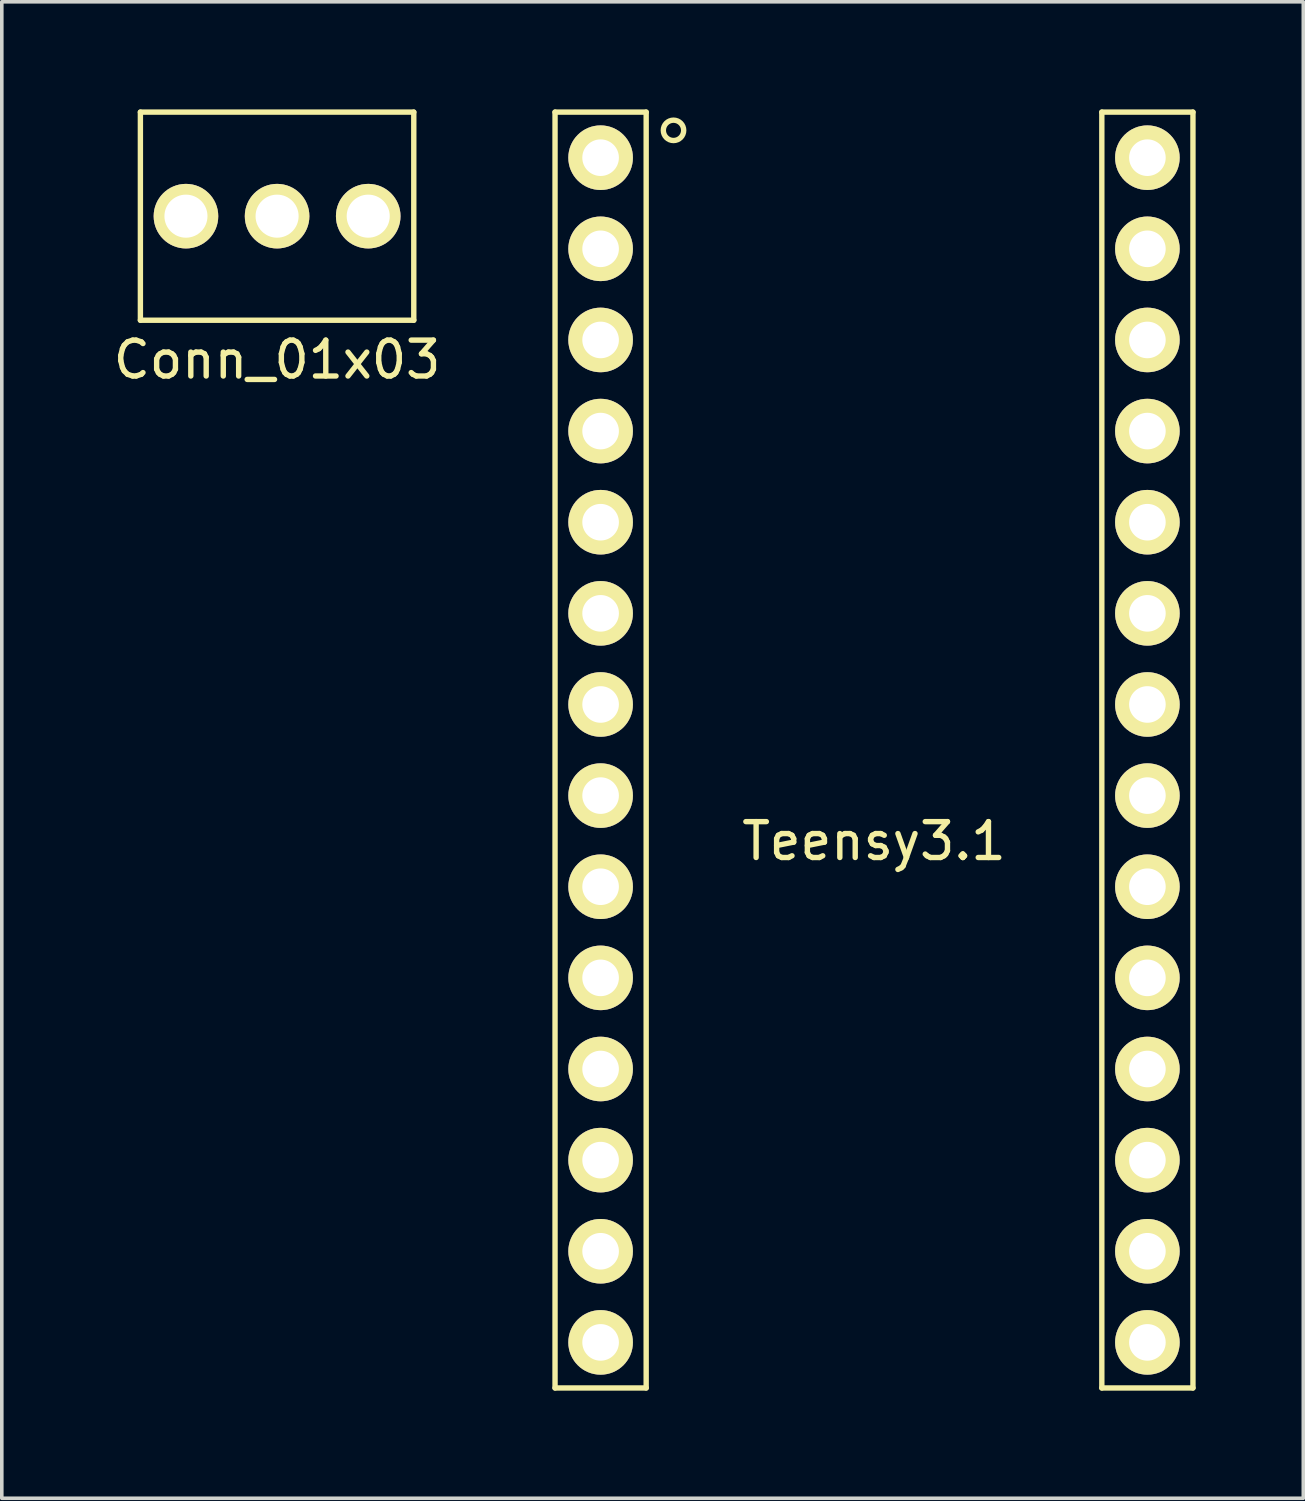
<source format=kicad_pcb>
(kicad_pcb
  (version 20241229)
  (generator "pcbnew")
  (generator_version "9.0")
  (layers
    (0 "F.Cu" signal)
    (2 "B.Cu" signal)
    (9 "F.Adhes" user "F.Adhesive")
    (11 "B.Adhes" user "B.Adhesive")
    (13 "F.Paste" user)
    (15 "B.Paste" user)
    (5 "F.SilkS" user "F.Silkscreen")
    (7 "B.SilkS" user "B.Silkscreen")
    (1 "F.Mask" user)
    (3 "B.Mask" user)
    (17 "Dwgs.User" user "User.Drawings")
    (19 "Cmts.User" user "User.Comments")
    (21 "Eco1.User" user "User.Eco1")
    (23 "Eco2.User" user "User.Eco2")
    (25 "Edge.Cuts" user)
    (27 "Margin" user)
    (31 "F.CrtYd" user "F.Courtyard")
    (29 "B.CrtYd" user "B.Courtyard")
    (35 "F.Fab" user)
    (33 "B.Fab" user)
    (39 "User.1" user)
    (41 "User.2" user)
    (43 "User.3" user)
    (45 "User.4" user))
  (footprint "Teensy3.1"
    (layer "F.Cu")
    (at 21.31 19.125)
    (property "Reference" "Teensy3.1" (at 0 1.27 0) (layer "F.SilkS") (effects (font (size 1 1) (thickness 0.15))))
    (attr through_hole)
    (fp_line (start -8.89 -19.05) (end -6.35 -19.05) (stroke (width 0.15) (type solid)) (layer "F.SilkS"))
    (fp_line (start -8.89 16.51) (end -8.89 -19.05) (stroke (width 0.15) (type solid)) (layer "F.SilkS"))
    (fp_line (start -6.35 -19.05) (end -6.35 16.51) (stroke (width 0.15) (type solid)) (layer "F.SilkS"))
    (fp_line (start -6.35 16.51) (end -8.89 16.51) (stroke (width 0.15) (type solid)) (layer "F.SilkS"))
    (fp_line (start 6.35 -19.05) (end 8.89 -19.05) (stroke (width 0.15) (type solid)) (layer "F.SilkS"))
    (fp_line (start 6.35 16.51) (end 6.35 -19.05) (stroke (width 0.15) (type solid)) (layer "F.SilkS"))
    (fp_line (start 8.89 -19.05) (end 8.89 16.51) (stroke (width 0.15) (type solid)) (layer "F.SilkS"))
    (fp_line (start 8.89 16.51) (end 6.35 16.51) (stroke (width 0.15) (type solid)) (layer "F.SilkS"))
    (fp_circle (center -5.588 -18.542) (end -5.842 -18.669) (stroke (width 0.15) (type solid)) (fill no) (layer "F.SilkS"))
    (pad "0" thru_hole circle (at -7.62 -15.24) (size 1.8 1.8) (drill 1.02) (layers "*.Cu" "*.Mask" "F.SilkS"))
    (pad "1" thru_hole circle (at -7.62 -12.7) (size 1.8 1.8) (drill 1.02) (layers "*.Cu" "*.Mask" "F.SilkS"))
    (pad "2" thru_hole circle (at -7.62 -10.16) (size 1.8 1.8) (drill 1.02) (layers "*.Cu" "*.Mask" "F.SilkS"))
    (pad "3" thru_hole circle (at -7.62 -7.62) (size 1.8 1.8) (drill 1.02) (layers "*.Cu" "*.Mask" "F.SilkS"))
    (pad "4" thru_hole circle (at -7.62 -5.08) (size 1.8 1.8) (drill 1.02) (layers "*.Cu" "*.Mask" "F.SilkS"))
    (pad "5" thru_hole circle (at -7.62 -2.54) (size 1.8 1.8) (drill 1.02) (layers "*.Cu" "*.Mask" "F.SilkS"))
    (pad "6" thru_hole circle (at -7.62 0) (size 1.8 1.8) (drill 1.02) (layers "*.Cu" "*.Mask" "F.SilkS"))
    (pad "7" thru_hole circle (at -7.62 2.54) (size 1.8 1.8) (drill 1.02) (layers "*.Cu" "*.Mask" "F.SilkS"))
    (pad "8" thru_hole circle (at -7.62 5.08) (size 1.8 1.8) (drill 1.02) (layers "*.Cu" "*.Mask" "F.SilkS"))
    (pad "9" thru_hole circle (at -7.62 7.62) (size 1.8 1.8) (drill 1.02) (layers "*.Cu" "*.Mask" "F.SilkS"))
    (pad "10" thru_hole circle (at -7.62 10.16) (size 1.8 1.8) (drill 1.02) (layers "*.Cu" "*.Mask" "F.SilkS"))
    (pad "11" thru_hole circle (at -7.62 12.7) (size 1.8 1.8) (drill 1.02) (layers "*.Cu" "*.Mask" "F.SilkS"))
    (pad "12" thru_hole circle (at -7.62 15.24) (size 1.8 1.8) (drill 1.02) (layers "*.Cu" "*.Mask" "F.SilkS"))
    (pad "13" thru_hole circle (at 7.62 15.24) (size 1.8 1.8) (drill 1.02) (layers "*.Cu" "*.Mask" "F.SilkS"))
    (pad "14" thru_hole circle (at 7.62 12.7) (size 1.8 1.8) (drill 1.02) (layers "*.Cu" "*.Mask" "F.SilkS"))
    (pad "15" thru_hole circle (at 7.62 10.16) (size 1.8 1.8) (drill 1.02) (layers "*.Cu" "*.Mask" "F.SilkS"))
    (pad "16" thru_hole circle (at 7.62 7.62) (size 1.8 1.8) (drill 1.02) (layers "*.Cu" "*.Mask" "F.SilkS"))
    (pad "17" thru_hole circle (at 7.62 5.08) (size 1.8 1.8) (drill 1.02) (layers "*.Cu" "*.Mask" "F.SilkS"))
    (pad "18" thru_hole circle (at 7.62 2.54) (size 1.8 1.8) (drill 1.02) (layers "*.Cu" "*.Mask" "F.SilkS"))
    (pad "19" thru_hole circle (at 7.62 0) (size 1.8 1.8) (drill 1.02) (layers "*.Cu" "*.Mask" "F.SilkS"))
    (pad "20" thru_hole circle (at 7.62 -2.54) (size 1.8 1.8) (drill 1.02) (layers "*.Cu" "*.Mask" "F.SilkS"))
    (pad "21" thru_hole circle (at 7.62 -5.08) (size 1.8 1.8) (drill 1.02) (layers "*.Cu" "*.Mask" "F.SilkS"))
    (pad "22" thru_hole circle (at 7.62 -7.62) (size 1.8 1.8) (drill 1.02) (layers "*.Cu" "*.Mask" "F.SilkS"))
    (pad "23" thru_hole circle (at 7.62 -10.16) (size 1.8 1.8) (drill 1.02) (layers "*.Cu" "*.Mask" "F.SilkS"))
    (pad "90" thru_hole circle (at 7.62 -17.78) (size 1.8 1.8) (drill 1.02) (layers "*.Cu" "*.Mask" "F.SilkS"))
    (pad "91" thru_hole circle (at -7.62 -17.78) (size 1.8 1.8) (drill 1.02) (layers "*.Cu" "*.Mask" "F.SilkS"))
    (pad "92" thru_hole circle (at 7.62 -15.24) (size 1.8 1.8) (drill 1.02) (layers "*.Cu" "*.Mask" "F.SilkS"))
    (pad "93" thru_hole circle (at 7.62 -12.7) (size 1.8 1.8) (drill 1.02) (layers "*.Cu" "*.Mask" "F.SilkS")))
  (footprint "Conn_01x03"
    (layer "F.Cu")
    (at 4.673 2.975)
    (property "Reference" "Conn_01x03" (at 0 4 0) (layer "F.SilkS") (effects (font (size 1 1) (thickness 0.15))))
    (attr through_hole)
    (fp_line (start -3.81 -2.9) (end -3.81 2.9) (stroke (width 0.15) (type solid)) (layer "F.SilkS"))
    (fp_line (start -3.81 -2.9) (end 3.81 -2.9) (stroke (width 0.15) (type solid)) (layer "F.SilkS"))
    (fp_line (start -3.81 2.9) (end 3.81 2.9) (stroke (width 0.15) (type solid)) (layer "F.SilkS"))
    (fp_line (start 3.81 -2.9) (end 3.81 2.9) (stroke (width 0.15) (type solid)) (layer "F.SilkS"))
    (pad "1" thru_hole circle (at -2.54 0) (size 1.8 1.8) (drill 1.2) (layers "*.Cu" "*.Mask" "F.SilkS"))
    (pad "2" thru_hole circle (at 0 0) (size 1.8 1.8) (drill 1.2) (layers "*.Cu" "*.Mask" "F.SilkS"))
    (pad "3" thru_hole circle (at 2.54 0) (size 1.8 1.8) (drill 1.2) (layers "*.Cu" "*.Mask" "F.SilkS")))
  (gr_rect
    (start -3 -3)
    (end 33.275 38.71)
    (stroke (width 0.1) (type default))
    (fill no)
    (layer "Edge.Cuts")))
</source>
